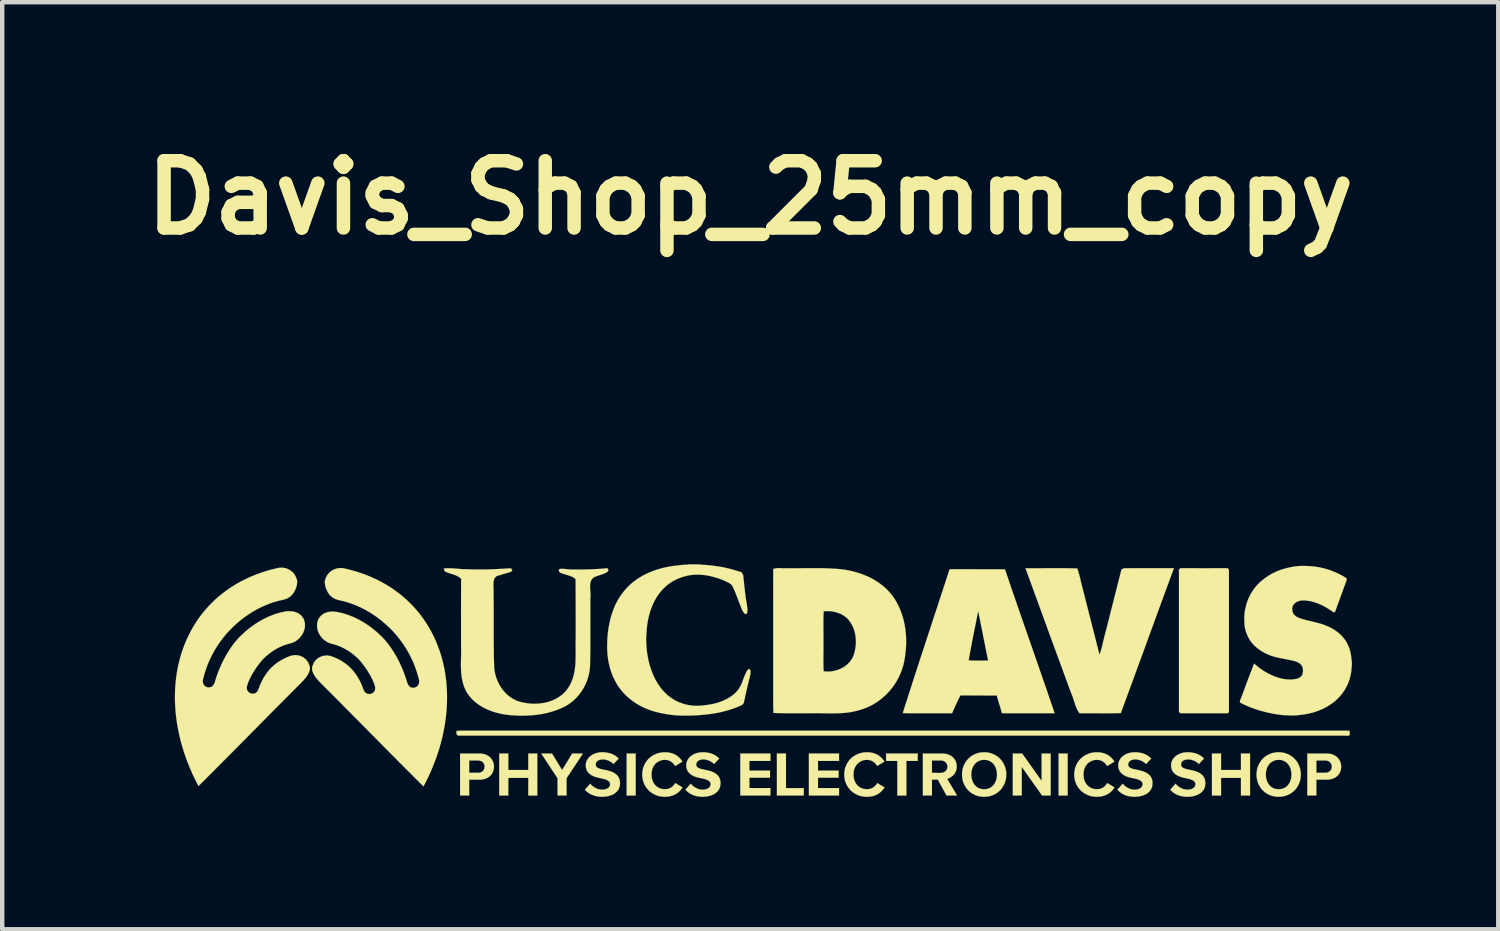
<source format=kicad_pcb>
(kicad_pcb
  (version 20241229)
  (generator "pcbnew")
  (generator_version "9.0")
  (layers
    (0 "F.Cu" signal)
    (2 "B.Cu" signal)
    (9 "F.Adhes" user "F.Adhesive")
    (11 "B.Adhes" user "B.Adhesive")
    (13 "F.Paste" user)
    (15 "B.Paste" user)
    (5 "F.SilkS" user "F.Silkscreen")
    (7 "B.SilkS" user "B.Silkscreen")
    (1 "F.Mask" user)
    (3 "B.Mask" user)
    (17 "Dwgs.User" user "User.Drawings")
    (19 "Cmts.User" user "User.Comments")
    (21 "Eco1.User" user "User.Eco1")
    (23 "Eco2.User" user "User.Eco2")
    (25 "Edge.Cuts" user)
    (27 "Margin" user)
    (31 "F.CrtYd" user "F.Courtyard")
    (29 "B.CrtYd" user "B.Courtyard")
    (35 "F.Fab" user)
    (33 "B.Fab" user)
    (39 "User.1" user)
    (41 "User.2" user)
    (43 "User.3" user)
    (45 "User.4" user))
  (footprint "Davis_Shop_25mm_copy"
    (layer "F.Cu")
    (at 13.948 12.371)
    (property "Reference" "Davis_Shop_25mm_copy" (at 0 -10.945 0) (layer "F.SilkS") (effects (font (size 1.524 1.524) (thickness 0.305))))
    (attr through_hole)
    (fp_poly (pts (xy -2.595 2.604) (xy -2.595 1.651) (xy -2.801 1.651) (xy -2.801 2.604) (xy -2.595 2.604)) (stroke (width 0.003) (type solid)) (fill yes) (layer "F.SilkS"))
    (fp_poly (pts (xy 7.192 2.604) (xy 7.192 1.651) (xy 6.986 1.651) (xy 6.986 2.604) (xy 7.192 2.604)) (stroke (width 0.003) (type solid)) (fill yes) (layer "F.SilkS"))
    (fp_poly (pts (xy 1.213 2.604) (xy 1.213 2.435) (xy 0.81 2.435) (xy 0.81 1.651) (xy 0.604 1.651) (xy 0.604 2.604) (xy 1.213 2.604)) (stroke (width 0.003) (type solid)) (fill yes) (layer "F.SilkS"))
    (fp_poly (pts (xy 13.632 -0.323) (xy 13.627 -0.323) (xy 13.627 -0.383) (xy 13.627 -0.443) (xy 13.632 -0.443) (xy 13.632 -0.383) (xy 13.632 -0.323) (xy 13.632 -0.323)) (stroke (width 0.003) (type solid)) (fill yes) (layer "F.SilkS"))
    (fp_poly (pts (xy 3.794 1.819) (xy 3.794 1.651) (xy 3.078 1.651) (xy 3.078 1.819) (xy 3.332 1.819) (xy 3.332 2.604) (xy 3.538 2.604) (xy 3.538 1.819) (xy 3.794 1.819)) (stroke (width 0.003) (type solid)) (fill yes) (layer "F.SilkS"))
    (fp_poly (pts (xy -3.79 1.651) (xy -4.033 1.651) (xy -4.263 2.025) (xy -4.491 1.651) (xy -4.736 1.651) (xy -4.366 2.211) (xy -4.366 2.604) (xy -4.161 2.604) (xy -4.161 2.211) (xy -3.79 1.651)) (stroke (width 0.003) (type solid)) (fill yes) (layer "F.SilkS"))
    (fp_poly (pts (xy 6.807 2.604) (xy 6.807 1.651) (xy 6.601 1.651) (xy 6.601 2.271) (xy 6.161 1.651) (xy 5.948 1.651) (xy 5.948 2.604) (xy 6.152 2.604) (xy 6.152 1.955) (xy 6.613 2.604) (xy 6.807 2.604)) (stroke (width 0.003) (type solid)) (fill yes) (layer "F.SilkS"))
    (fp_poly (pts (xy -1.131 -2.632) (xy -1.13 -2.627) (xy -1.202 -2.627) (xy -1.274 -2.627) (xy -1.346 -2.627) (xy -1.417 -2.627) (xy -1.417 -2.632) (xy -1.345 -2.632) (xy -1.274 -2.632) (xy -1.202 -2.632) (xy -1.131 -2.632) (xy -1.131 -2.632)) (stroke (width 0.003) (type solid)) (fill yes) (layer "F.SilkS"))
    (fp_poly (pts (xy -4.824 2.604) (xy -4.824 1.651) (xy -5.029 1.651) (xy -5.029 2.024) (xy -5.481 2.024) (xy -5.481 1.651) (xy -5.687 1.651) (xy -5.687 2.604) (xy -5.481 2.604) (xy -5.481 2.204) (xy -5.029 2.204) (xy -5.029 2.604) (xy -4.824 2.604)) (stroke (width 0.003) (type solid)) (fill yes) (layer "F.SilkS"))
    (fp_poly (pts (xy 0.458 2.604) (xy 0.458 2.434) (xy -0.019 2.434) (xy -0.019 2.199) (xy 0.448 2.199) (xy 0.448 2.038) (xy -0.019 2.038) (xy -0.019 1.819) (xy 0.458 1.819) (xy 0.458 1.651) (xy -0.225 1.651) (xy -0.225 2.604) (xy 0.458 2.604)) (stroke (width 0.003) (type solid)) (fill yes) (layer "F.SilkS"))
    (fp_poly (pts (xy 2.012 2.604) (xy 2.012 2.434) (xy 1.535 2.434) (xy 1.535 2.199) (xy 2.002 2.199) (xy 2.002 2.038) (xy 1.535 2.038) (xy 1.535 1.819) (xy 2.012 1.819) (xy 2.012 1.651) (xy 1.329 1.651) (xy 1.329 2.604) (xy 2.012 2.604)) (stroke (width 0.003) (type solid)) (fill yes) (layer "F.SilkS"))
    (fp_poly (pts (xy 11.324 2.604) (xy 11.324 1.651) (xy 11.118 1.651) (xy 11.118 2.024) (xy 10.667 2.024) (xy 10.667 1.651) (xy 10.461 1.651) (xy 10.461 2.604) (xy 10.667 2.604) (xy 10.667 2.204) (xy 11.118 2.204) (xy 11.118 2.604) (xy 11.324 2.604)) (stroke (width 0.003) (type solid)) (fill yes) (layer "F.SilkS"))
    (fp_poly (pts (xy -5.805 1.948) (xy -6.017 1.948) (xy -6.028 2.004) (xy -6.058 2.048) (xy -6.1 2.076) (xy -6.145 2.086) (xy -6.368 2.086) (xy -6.368 1.811) (xy -6.145 1.811) (xy -6.1 1.821) (xy -6.058 1.849) (xy -6.028 1.894) (xy -6.017 1.948) (xy -5.805 1.948) (xy -5.811 1.887) (xy -5.83 1.831) (xy -5.858 1.78) (xy -5.895 1.736) (xy -5.943 1.701) (xy -5.998 1.673) (xy -6.06 1.656) (xy -6.127 1.651) (xy -6.574 1.651) (xy -6.574 2.604) (xy -6.368 2.604) (xy -6.368 2.244) (xy -6.127 2.244) (xy -6.056 2.238) (xy -5.994 2.221) (xy -5.939 2.194) (xy -5.893 2.159) (xy -5.855 2.116) (xy -5.828 2.065) (xy -5.811 2.009) (xy -5.805 1.948)) (stroke (width 0.003) (type solid)) (fill yes) (layer "F.SilkS"))
    (fp_poly (pts (xy 13.39 1.948) (xy 13.178 1.948) (xy 13.167 2.004) (xy 13.137 2.048) (xy 13.095 2.076) (xy 13.05 2.086) (xy 12.827 2.086) (xy 12.827 1.811) (xy 13.05 1.811) (xy 13.095 1.821) (xy 13.137 1.849) (xy 13.167 1.894) (xy 13.178 1.948) (xy 13.39 1.948) (xy 13.384 1.887) (xy 13.365 1.831) (xy 13.338 1.78) (xy 13.3 1.736) (xy 13.253 1.701) (xy 13.197 1.673) (xy 13.135 1.656) (xy 13.068 1.651) (xy 12.621 1.651) (xy 12.621 2.604) (xy 12.827 2.604) (xy 12.827 2.244) (xy 13.068 2.244) (xy 13.139 2.238) (xy 13.201 2.221) (xy 13.256 2.194) (xy 13.303 2.159) (xy 13.34 2.116) (xy 13.367 2.065) (xy 13.384 2.009) (xy 13.39 1.948)) (stroke (width 0.003) (type solid)) (fill yes) (layer "F.SilkS"))
    (fp_poly (pts (xy 4.687 2.604) (xy 4.341 2.086) (xy 4.301 2.092) (xy 4.225 2.091) (xy 4.15 2.088) (xy 4.117 2.086) (xy 4.117 1.811) (xy 4.341 1.811) (xy 4.388 1.822) (xy 4.43 1.851) (xy 4.458 1.895) (xy 4.47 1.948) (xy 4.458 2.004) (xy 4.43 2.048) (xy 4.388 2.076) (xy 4.341 2.086) (xy 4.687 2.604) (xy 4.462 2.225) (xy 4.517 2.204) (xy 4.588 2.155) (xy 4.623 2.118) (xy 4.652 2.071) (xy 4.673 2.013) (xy 4.68 1.942) (xy 4.674 1.882) (xy 4.655 1.826) (xy 4.627 1.776) (xy 4.59 1.734) (xy 4.542 1.699) (xy 4.487 1.673) (xy 4.425 1.656) (xy 4.358 1.651) (xy 3.911 1.651) (xy 3.911 2.604) (xy 4.117 2.604) (xy 4.117 2.244) (xy 4.251 2.244) (xy 4.447 2.604) (xy 4.687 2.604)) (stroke (width 0.003) (type solid)) (fill yes) (layer "F.SilkS"))
    (fp_poly (pts (xy -1.534 2.419) (xy -1.698 2.321) (xy -1.741 2.379) (xy -1.796 2.424) (xy -1.86 2.452) (xy -1.933 2.461) (xy -1.994 2.455) (xy -2.051 2.438) (xy -2.104 2.41) (xy -2.149 2.372) (xy -2.186 2.324) (xy -2.214 2.266) (xy -2.231 2.201) (xy -2.237 2.128) (xy -2.231 2.055) (xy -2.214 1.989) (xy -2.186 1.931) (xy -2.149 1.884) (xy -2.104 1.846) (xy -2.051 1.818) (xy -1.994 1.8) (xy -1.933 1.794) (xy -1.86 1.803) (xy -1.797 1.832) (xy -1.743 1.876) (xy -1.7 1.934) (xy -1.536 1.834) (xy -1.565 1.792) (xy -1.6 1.752) (xy -1.64 1.716) (xy -1.686 1.685) (xy -1.737 1.659) (xy -1.796 1.639) (xy -1.861 1.626) (xy -1.933 1.622) (xy -2.004 1.626) (xy -2.071 1.639) (xy -2.136 1.661) (xy -2.195 1.689) (xy -2.249 1.723) (xy -2.299 1.765) (xy -2.341 1.813) (xy -2.377 1.866) (xy -2.407 1.925) (xy -2.429 1.989) (xy -2.443 2.056) (xy -2.447 2.128) (xy -2.443 2.199) (xy -2.429 2.267) (xy -2.407 2.331) (xy -2.377 2.389) (xy -2.341 2.442) (xy -2.299 2.489) (xy -2.249 2.531) (xy -2.195 2.566) (xy -2.136 2.595) (xy -2.071 2.616) (xy -2.004 2.628) (xy -1.933 2.632) (xy -1.861 2.628) (xy -1.796 2.615) (xy -1.736 2.595) (xy -1.684 2.569) (xy -1.638 2.538) (xy -1.598 2.502) (xy -1.564 2.462) (xy -1.534 2.419)) (stroke (width 0.003) (type solid)) (fill yes) (layer "F.SilkS"))
    (fp_poly (pts (xy 3.043 2.419) (xy 2.878 2.321) (xy 2.836 2.379) (xy 2.781 2.424) (xy 2.717 2.452) (xy 2.644 2.461) (xy 2.583 2.455) (xy 2.525 2.438) (xy 2.473 2.41) (xy 2.428 2.372) (xy 2.391 2.324) (xy 2.363 2.266) (xy 2.345 2.201) (xy 2.34 2.128) (xy 2.345 2.055) (xy 2.363 1.989) (xy 2.391 1.931) (xy 2.428 1.884) (xy 2.473 1.846) (xy 2.525 1.818) (xy 2.583 1.8) (xy 2.644 1.794) (xy 2.717 1.803) (xy 2.78 1.832) (xy 2.834 1.876) (xy 2.877 1.934) (xy 3.041 1.834) (xy 3.012 1.792) (xy 2.977 1.752) (xy 2.937 1.716) (xy 2.891 1.685) (xy 2.839 1.659) (xy 2.781 1.639) (xy 2.716 1.626) (xy 2.644 1.622) (xy 2.573 1.626) (xy 2.506 1.639) (xy 2.441 1.661) (xy 2.382 1.689) (xy 2.328 1.723) (xy 2.278 1.765) (xy 2.236 1.813) (xy 2.2 1.866) (xy 2.17 1.925) (xy 2.147 1.989) (xy 2.134 2.056) (xy 2.13 2.128) (xy 2.134 2.199) (xy 2.147 2.267) (xy 2.17 2.331) (xy 2.2 2.389) (xy 2.236 2.442) (xy 2.278 2.489) (xy 2.328 2.531) (xy 2.382 2.566) (xy 2.441 2.595) (xy 2.506 2.616) (xy 2.573 2.628) (xy 2.644 2.632) (xy 2.716 2.628) (xy 2.781 2.615) (xy 2.841 2.595) (xy 2.893 2.569) (xy 2.938 2.538) (xy 2.978 2.502) (xy 3.013 2.462) (xy 3.043 2.419)) (stroke (width 0.003) (type solid)) (fill yes) (layer "F.SilkS"))
    (fp_poly (pts (xy 8.253 2.419) (xy 8.089 2.321) (xy 8.046 2.379) (xy 7.992 2.424) (xy 7.927 2.452) (xy 7.854 2.461) (xy 7.793 2.455) (xy 7.736 2.438) (xy 7.684 2.41) (xy 7.639 2.372) (xy 7.602 2.324) (xy 7.573 2.266) (xy 7.556 2.201) (xy 7.55 2.128) (xy 7.556 2.055) (xy 7.573 1.989) (xy 7.602 1.931) (xy 7.639 1.884) (xy 7.684 1.846) (xy 7.736 1.818) (xy 7.793 1.8) (xy 7.854 1.794) (xy 7.927 1.803) (xy 7.99 1.832) (xy 8.045 1.876) (xy 8.087 1.934) (xy 8.252 1.834) (xy 8.222 1.792) (xy 8.187 1.752) (xy 8.147 1.716) (xy 8.102 1.685) (xy 8.05 1.659) (xy 7.992 1.639) (xy 7.927 1.626) (xy 7.854 1.622) (xy 7.784 1.626) (xy 7.716 1.639) (xy 7.652 1.661) (xy 7.592 1.689) (xy 7.538 1.723) (xy 7.489 1.765) (xy 7.446 1.813) (xy 7.41 1.866) (xy 7.38 1.925) (xy 7.358 1.989) (xy 7.345 2.056) (xy 7.34 2.128) (xy 7.345 2.199) (xy 7.358 2.267) (xy 7.38 2.331) (xy 7.41 2.389) (xy 7.446 2.442) (xy 7.489 2.489) (xy 7.538 2.531) (xy 7.592 2.566) (xy 7.652 2.595) (xy 7.716 2.616) (xy 7.784 2.628) (xy 7.854 2.632) (xy 7.927 2.628) (xy 7.992 2.615) (xy 8.051 2.595) (xy 8.103 2.569) (xy 8.149 2.538) (xy 8.189 2.502) (xy 8.224 2.462) (xy 8.253 2.419)) (stroke (width 0.003) (type solid)) (fill yes) (layer "F.SilkS"))
    (fp_poly (pts (xy -2.949 2.325) (xy -2.956 2.258) (xy -2.975 2.201) (xy -3.007 2.153) (xy -3.049 2.114) (xy -3.102 2.08) (xy -3.164 2.055) (xy -3.235 2.034) (xy -3.314 2.018) (xy -3.399 1.999) (xy -3.458 1.975) (xy -3.491 1.944) (xy -3.502 1.902) (xy -3.49 1.849) (xy -3.452 1.812) (xy -3.401 1.791) (xy -3.34 1.784) (xy -3.271 1.792) (xy -3.204 1.815) (xy -3.144 1.849) (xy -3.098 1.889) (xy -2.979 1.765) (xy -3.038 1.713) (xy -3.118 1.668) (xy -3.167 1.649) (xy -3.224 1.635) (xy -3.286 1.625) (xy -3.357 1.622) (xy -3.435 1.628) (xy -3.507 1.646) (xy -3.571 1.675) (xy -3.625 1.711) (xy -3.669 1.754) (xy -3.701 1.805) (xy -3.721 1.859) (xy -3.728 1.915) (xy -3.724 1.964) (xy -3.712 2.012) (xy -3.691 2.056) (xy -3.658 2.096) (xy -3.613 2.133) (xy -3.555 2.165) (xy -3.481 2.191) (xy -3.391 2.211) (xy -3.294 2.233) (xy -3.227 2.262) (xy -3.187 2.3) (xy -3.174 2.346) (xy -3.189 2.402) (xy -3.229 2.441) (xy -3.291 2.464) (xy -3.364 2.471) (xy -3.452 2.457) (xy -3.53 2.419) (xy -3.59 2.375) (xy -3.625 2.334) (xy -3.747 2.472) (xy -3.688 2.527) (xy -3.65 2.554) (xy -3.605 2.579) (xy -3.553 2.6) (xy -3.495 2.617) (xy -3.43 2.628) (xy -3.357 2.632) (xy -3.276 2.627) (xy -3.201 2.612) (xy -3.131 2.589) (xy -3.071 2.557) (xy -3.021 2.513) (xy -2.982 2.461) (xy -2.958 2.398) (xy -2.949 2.325)) (stroke (width 0.003) (type solid)) (fill yes) (layer "F.SilkS"))
    (fp_poly (pts (xy -0.672 2.325) (xy -0.679 2.258) (xy -0.698 2.201) (xy -0.729 2.153) (xy -0.772 2.114) (xy -0.824 2.08) (xy -0.886 2.055) (xy -0.958 2.034) (xy -1.037 2.018) (xy -1.122 1.999) (xy -1.181 1.975) (xy -1.214 1.944) (xy -1.225 1.902) (xy -1.212 1.849) (xy -1.175 1.812) (xy -1.124 1.791) (xy -1.062 1.784) (xy -0.994 1.792) (xy -0.926 1.815) (xy -0.866 1.849) (xy -0.821 1.889) (xy -0.702 1.765) (xy -0.761 1.713) (xy -0.841 1.668) (xy -0.89 1.649) (xy -0.946 1.635) (xy -1.009 1.625) (xy -1.079 1.622) (xy -1.158 1.628) (xy -1.229 1.646) (xy -1.293 1.675) (xy -1.348 1.711) (xy -1.391 1.754) (xy -1.424 1.805) (xy -1.444 1.859) (xy -1.451 1.915) (xy -1.447 1.964) (xy -1.435 2.012) (xy -1.414 2.056) (xy -1.381 2.096) (xy -1.336 2.133) (xy -1.278 2.165) (xy -1.204 2.191) (xy -1.114 2.211) (xy -1.017 2.233) (xy -0.949 2.262) (xy -0.91 2.3) (xy -0.896 2.346) (xy -0.912 2.402) (xy -0.952 2.441) (xy -1.014 2.464) (xy -1.087 2.471) (xy -1.175 2.457) (xy -1.252 2.419) (xy -1.312 2.375) (xy -1.348 2.334) (xy -1.469 2.472) (xy -1.411 2.527) (xy -1.372 2.554) (xy -1.328 2.579) (xy -1.276 2.6) (xy -1.218 2.617) (xy -1.153 2.628) (xy -1.079 2.632) (xy -0.999 2.627) (xy -0.924 2.612) (xy -0.854 2.589) (xy -0.794 2.557) (xy -0.744 2.513) (xy -0.705 2.461) (xy -0.68 2.398) (xy -0.672 2.325)) (stroke (width 0.003) (type solid)) (fill yes) (layer "F.SilkS"))
    (fp_poly (pts (xy 9.115 2.325) (xy 9.109 2.258) (xy 9.089 2.201) (xy 9.058 2.153) (xy 9.015 2.114) (xy 8.963 2.08) (xy 8.901 2.055) (xy 8.83 2.034) (xy 8.751 2.018) (xy 8.665 1.999) (xy 8.606 1.975) (xy 8.573 1.944) (xy 8.562 1.902) (xy 8.575 1.849) (xy 8.612 1.812) (xy 8.664 1.791) (xy 8.725 1.784) (xy 8.794 1.792) (xy 8.861 1.815) (xy 8.921 1.849) (xy 8.967 1.889) (xy 9.085 1.765) (xy 9.027 1.713) (xy 8.947 1.668) (xy 8.897 1.649) (xy 8.841 1.635) (xy 8.778 1.625) (xy 8.708 1.622) (xy 8.63 1.628) (xy 8.558 1.646) (xy 8.494 1.675) (xy 8.439 1.711) (xy 8.396 1.754) (xy 8.364 1.805) (xy 8.343 1.859) (xy 8.336 1.915) (xy 8.34 1.964) (xy 8.352 2.012) (xy 8.374 2.056) (xy 8.406 2.096) (xy 8.451 2.133) (xy 8.509 2.165) (xy 8.583 2.191) (xy 8.674 2.211) (xy 8.77 2.233) (xy 8.838 2.262) (xy 8.878 2.3) (xy 8.891 2.346) (xy 8.875 2.402) (xy 8.835 2.441) (xy 8.774 2.464) (xy 8.701 2.471) (xy 8.612 2.457) (xy 8.535 2.419) (xy 8.475 2.375) (xy 8.439 2.334) (xy 8.318 2.472) (xy 8.376 2.527) (xy 8.415 2.554) (xy 8.459 2.579) (xy 8.511 2.6) (xy 8.569 2.617) (xy 8.635 2.628) (xy 8.708 2.632) (xy 8.788 2.627) (xy 8.864 2.612) (xy 8.933 2.589) (xy 8.994 2.557) (xy 9.044 2.513) (xy 9.082 2.461) (xy 9.107 2.398) (xy 9.115 2.325)) (stroke (width 0.003) (type solid)) (fill yes) (layer "F.SilkS"))
    (fp_poly (pts (xy 10.312 2.325) (xy 10.306 2.258) (xy 10.287 2.201) (xy 10.255 2.153) (xy 10.212 2.114) (xy 10.16 2.08) (xy 10.098 2.055) (xy 10.027 2.034) (xy 9.948 2.018) (xy 9.863 1.999) (xy 9.804 1.975) (xy 9.77 1.944) (xy 9.759 1.902) (xy 9.772 1.849) (xy 9.809 1.812) (xy 9.861 1.791) (xy 9.922 1.784) (xy 9.991 1.792) (xy 10.058 1.815) (xy 10.118 1.849) (xy 10.164 1.889) (xy 10.282 1.765) (xy 10.224 1.713) (xy 10.144 1.668) (xy 10.094 1.649) (xy 10.038 1.635) (xy 9.976 1.625) (xy 9.905 1.622) (xy 9.827 1.628) (xy 9.755 1.646) (xy 9.691 1.675) (xy 9.637 1.711) (xy 9.593 1.754) (xy 9.561 1.805) (xy 9.54 1.859) (xy 9.534 1.915) (xy 9.538 1.964) (xy 9.549 2.012) (xy 9.571 2.056) (xy 9.604 2.096) (xy 9.649 2.133) (xy 9.707 2.165) (xy 9.78 2.191) (xy 9.871 2.211) (xy 9.968 2.233) (xy 10.035 2.262) (xy 10.075 2.3) (xy 10.088 2.346) (xy 10.072 2.402) (xy 10.032 2.441) (xy 9.971 2.464) (xy 9.898 2.471) (xy 9.809 2.457) (xy 9.732 2.419) (xy 9.672 2.375) (xy 9.637 2.334) (xy 9.515 2.472) (xy 9.574 2.527) (xy 9.612 2.554) (xy 9.657 2.579) (xy 9.708 2.6) (xy 9.767 2.617) (xy 9.832 2.628) (xy 9.905 2.632) (xy 9.986 2.627) (xy 10.061 2.612) (xy 10.131 2.589) (xy 10.191 2.557) (xy 10.241 2.513) (xy 10.28 2.461) (xy 10.304 2.398) (xy 10.312 2.325)) (stroke (width 0.003) (type solid)) (fill yes) (layer "F.SilkS"))
    (fp_poly (pts (xy 5.802 2.128) (xy 5.591 2.128) (xy 5.586 2.195) (xy 5.571 2.258) (xy 5.546 2.314) (xy 5.514 2.364) (xy 5.472 2.404) (xy 5.422 2.435) (xy 5.364 2.454) (xy 5.299 2.461) (xy 5.234 2.454) (xy 5.176 2.435) (xy 5.126 2.404) (xy 5.085 2.364) (xy 5.052 2.314) (xy 5.028 2.258) (xy 5.013 2.195) (xy 5.008 2.128) (xy 5.013 2.061) (xy 5.028 1.998) (xy 5.052 1.941) (xy 5.085 1.892) (xy 5.126 1.851) (xy 5.176 1.821) (xy 5.234 1.8) (xy 5.299 1.794) (xy 5.364 1.8) (xy 5.422 1.821) (xy 5.472 1.851) (xy 5.514 1.892) (xy 5.546 1.941) (xy 5.571 1.998) (xy 5.586 2.061) (xy 5.591 2.128) (xy 5.802 2.128) (xy 5.798 2.058) (xy 5.785 1.992) (xy 5.764 1.929) (xy 5.735 1.87) (xy 5.7 1.816) (xy 5.658 1.768) (xy 5.61 1.725) (xy 5.557 1.69) (xy 5.498 1.661) (xy 5.435 1.639) (xy 5.369 1.626) (xy 5.299 1.622) (xy 5.229 1.626) (xy 5.163 1.639) (xy 5.099 1.661) (xy 5.041 1.69) (xy 4.988 1.725) (xy 4.941 1.768) (xy 4.899 1.816) (xy 4.864 1.87) (xy 4.835 1.929) (xy 4.814 1.992) (xy 4.802 2.058) (xy 4.798 2.128) (xy 4.802 2.198) (xy 4.814 2.264) (xy 4.835 2.328) (xy 4.864 2.386) (xy 4.899 2.44) (xy 4.941 2.488) (xy 4.988 2.53) (xy 5.041 2.565) (xy 5.099 2.594) (xy 5.163 2.615) (xy 5.229 2.628) (xy 5.299 2.632) (xy 5.369 2.628) (xy 5.435 2.615) (xy 5.498 2.594) (xy 5.557 2.565) (xy 5.61 2.53) (xy 5.658 2.488) (xy 5.7 2.44) (xy 5.735 2.386) (xy 5.764 2.328) (xy 5.785 2.264) (xy 5.798 2.198) (xy 5.802 2.128)) (stroke (width 0.003) (type solid)) (fill yes) (layer "F.SilkS"))
    (fp_poly (pts (xy 12.475 2.128) (xy 12.263 2.128) (xy 12.258 2.195) (xy 12.243 2.258) (xy 12.219 2.314) (xy 12.186 2.364) (xy 12.145 2.404) (xy 12.095 2.435) (xy 12.037 2.454) (xy 11.972 2.461) (xy 11.907 2.454) (xy 11.849 2.435) (xy 11.799 2.404) (xy 11.758 2.364) (xy 11.725 2.314) (xy 11.701 2.258) (xy 11.686 2.195) (xy 11.681 2.128) (xy 11.686 2.061) (xy 11.701 1.998) (xy 11.725 1.941) (xy 11.758 1.892) (xy 11.799 1.851) (xy 11.849 1.821) (xy 11.907 1.8) (xy 11.972 1.794) (xy 12.037 1.8) (xy 12.095 1.821) (xy 12.145 1.851) (xy 12.186 1.892) (xy 12.219 1.941) (xy 12.243 1.998) (xy 12.258 2.061) (xy 12.263 2.128) (xy 12.475 2.128) (xy 12.471 2.058) (xy 12.458 1.992) (xy 12.436 1.929) (xy 12.408 1.87) (xy 12.373 1.816) (xy 12.331 1.768) (xy 12.283 1.725) (xy 12.23 1.69) (xy 12.171 1.661) (xy 12.108 1.639) (xy 12.042 1.626) (xy 11.972 1.622) (xy 11.902 1.626) (xy 11.835 1.639) (xy 11.772 1.661) (xy 11.714 1.69) (xy 11.661 1.725) (xy 11.613 1.768) (xy 11.572 1.816) (xy 11.537 1.87) (xy 11.508 1.929) (xy 11.487 1.992) (xy 11.475 2.058) (xy 11.47 2.128) (xy 11.475 2.198) (xy 11.487 2.264) (xy 11.508 2.328) (xy 11.537 2.386) (xy 11.572 2.44) (xy 11.613 2.488) (xy 11.661 2.53) (xy 11.714 2.565) (xy 11.772 2.594) (xy 11.835 2.615) (xy 11.902 2.628) (xy 11.972 2.632) (xy 12.042 2.628) (xy 12.108 2.615) (xy 12.171 2.594) (xy 12.23 2.565) (xy 12.283 2.53) (xy 12.331 2.488) (xy 12.373 2.44) (xy 12.408 2.386) (xy 12.436 2.328) (xy 12.458 2.264) (xy 12.471 2.198) (xy 12.475 2.128)) (stroke (width 0.003) (type solid)) (fill yes) (layer "F.SilkS"))
    (fp_poly (pts (xy 9.714 -0.906) (xy 9.714 -0.996) (xy 9.714 -1.085) (xy 9.714 -1.174) (xy 9.714 -1.264) (xy 9.714 -1.353) (xy 9.714 -1.442) (xy 9.714 -1.532) (xy 9.714 -1.621) (xy 9.714 -1.711) (xy 9.714 -1.8) (xy 9.714 -1.889) (xy 9.714 -1.979) (xy 9.714 -2.068) (xy 9.714 -2.158) (xy 9.714 -2.247) (xy 9.714 -2.336) (xy 9.714 -2.426) (xy 9.713 -2.515) (xy 9.746 -2.547) (xy 9.835 -2.547) (xy 9.924 -2.547) (xy 10.013 -2.547) (xy 10.102 -2.547) (xy 10.192 -2.546) (xy 10.281 -2.546) (xy 10.37 -2.546) (xy 10.459 -2.547) (xy 10.548 -2.547) (xy 10.637 -2.547) (xy 10.726 -2.547) (xy 10.815 -2.547) (xy 10.846 -2.516) (xy 10.846 -2.424) (xy 10.846 -2.332) (xy 10.846 -2.24) (xy 10.846 -2.148) (xy 10.846 -2.056) (xy 10.846 -1.963) (xy 10.846 -1.871) (xy 10.846 -1.779) (xy 10.846 -1.687) (xy 10.846 -1.595) (xy 10.846 -1.502) (xy 10.846 -1.41) (xy 10.846 -1.318) (xy 10.846 -1.226) (xy 10.846 -1.134) (xy 10.846 -1.042) (xy 10.846 -0.949) (xy 10.846 -0.857) (xy 10.846 -0.765) (xy 10.846 -0.673) (xy 10.846 -0.581) (xy 10.846 -0.488) (xy 10.846 -0.396) (xy 10.846 -0.304) (xy 10.846 -0.212) (xy 10.846 -0.12) (xy 10.846 -0.028) (xy 10.846 0.065) (xy 10.846 0.157) (xy 10.846 0.249) (xy 10.846 0.341) (xy 10.846 0.433) (xy 10.846 0.526) (xy 10.846 0.618) (xy 10.846 0.71) (xy 10.815 0.74) (xy 10.726 0.74) (xy 10.637 0.74) (xy 10.548 0.74) (xy 10.459 0.74) (xy 10.37 0.74) (xy 10.281 0.74) (xy 10.192 0.74) (xy 10.102 0.74) (xy 10.013 0.74) (xy 9.924 0.74) (xy 9.835 0.74) (xy 9.746 0.74) (xy 9.713 0.708) (xy 9.714 0.619) (xy 9.714 0.529) (xy 9.714 0.439) (xy 9.714 0.35) (xy 9.714 0.26) (xy 9.714 0.17) (xy 9.714 0.08) (xy 9.714 -0.009) (xy 9.714 -0.099) (xy 9.714 -0.189) (xy 9.714 -0.278) (xy 9.714 -0.368) (xy 9.714 -0.458) (xy 9.714 -0.547) (xy 9.714 -0.637) (xy 9.714 -0.727) (xy 9.714 -0.816) (xy 9.714 -0.906)) (stroke (width 0.003) (type solid)) (fill yes) (layer "F.SilkS"))
    (fp_poly (pts (xy 6.236 -2.547) (xy 6.326 -2.546) (xy 6.417 -2.546) (xy 6.507 -2.546) (xy 6.597 -2.546) (xy 6.688 -2.547) (xy 6.778 -2.547) (xy 6.868 -2.547) (xy 6.959 -2.547) (xy 7.049 -2.547) (xy 7.139 -2.547) (xy 7.229 -2.546) (xy 7.319 -2.544) (xy 7.409 -2.542) (xy 7.434 -2.466) (xy 7.457 -2.388) (xy 7.477 -2.309) (xy 7.496 -2.229) (xy 7.515 -2.15) (xy 7.535 -2.07) (xy 7.556 -1.992) (xy 7.578 -1.904) (xy 7.6 -1.816) (xy 7.622 -1.729) (xy 7.645 -1.641) (xy 7.667 -1.554) (xy 7.689 -1.466) (xy 7.712 -1.379) (xy 7.734 -1.291) (xy 7.756 -1.204) (xy 7.779 -1.116) (xy 7.801 -1.029) (xy 7.823 -0.941) (xy 7.845 -0.854) (xy 7.867 -0.766) (xy 7.89 -0.678) (xy 7.912 -0.591) (xy 7.937 -0.657) (xy 7.96 -0.732) (xy 7.98 -0.813) (xy 7.999 -0.896) (xy 8.019 -0.979) (xy 8.04 -1.057) (xy 8.062 -1.143) (xy 8.084 -1.229) (xy 8.106 -1.315) (xy 8.128 -1.402) (xy 8.15 -1.488) (xy 8.171 -1.574) (xy 8.193 -1.66) (xy 8.215 -1.747) (xy 8.237 -1.833) (xy 8.259 -1.919) (xy 8.28 -2.005) (xy 8.302 -2.091) (xy 8.324 -2.178) (xy 8.346 -2.264) (xy 8.368 -2.35) (xy 8.39 -2.436) (xy 8.412 -2.522) (xy 8.477 -2.547) (xy 8.553 -2.546) (xy 8.628 -2.547) (xy 8.716 -2.547) (xy 8.804 -2.547) (xy 8.892 -2.547) (xy 8.981 -2.547) (xy 9.069 -2.547) (xy 9.157 -2.547) (xy 9.245 -2.547) (xy 9.334 -2.547) (xy 9.422 -2.547) (xy 9.51 -2.547) (xy 9.598 -2.547) (xy 9.567 -2.46) (xy 9.535 -2.374) (xy 9.503 -2.288) (xy 9.472 -2.201) (xy 9.44 -2.115) (xy 9.408 -2.029) (xy 9.377 -1.942) (xy 9.345 -1.856) (xy 9.313 -1.77) (xy 9.282 -1.683) (xy 9.25 -1.597) (xy 9.219 -1.511) (xy 9.187 -1.424) (xy 9.155 -1.338) (xy 9.124 -1.251) (xy 9.092 -1.165) (xy 9.061 -1.079) (xy 9.029 -0.992) (xy 8.998 -0.906) (xy 8.966 -0.82) (xy 8.935 -0.733) (xy 8.903 -0.647) (xy 8.871 -0.56) (xy 8.84 -0.474) (xy 8.808 -0.388) (xy 8.777 -0.301) (xy 8.745 -0.215) (xy 8.713 -0.129) (xy 8.682 -0.042) (xy 8.65 0.044) (xy 8.619 0.13) (xy 8.587 0.217) (xy 8.555 0.303) (xy 8.523 0.389) (xy 8.492 0.475) (xy 8.46 0.562) (xy 8.428 0.648) (xy 8.396 0.734) (xy 8.303 0.738) (xy 8.21 0.74) (xy 8.116 0.741) (xy 8.022 0.741) (xy 7.928 0.74) (xy 7.834 0.74) (xy 7.74 0.739) (xy 7.647 0.739) (xy 7.553 0.739) (xy 7.459 0.74) (xy 7.416 0.673) (xy 7.382 0.598) (xy 7.354 0.517) (xy 7.327 0.434) (xy 7.3 0.352) (xy 7.268 0.274) (xy 7.235 0.186) (xy 7.203 0.098) (xy 7.171 0.01) (xy 7.138 -0.078) (xy 7.106 -0.166) (xy 7.074 -0.254) (xy 7.041 -0.343) (xy 7.009 -0.431) (xy 6.977 -0.519) (xy 6.944 -0.607) (xy 6.912 -0.695) (xy 6.88 -0.783) (xy 6.848 -0.871) (xy 6.815 -0.96) (xy 6.783 -1.048) (xy 6.751 -1.136) (xy 6.719 -1.224) (xy 6.687 -1.312) (xy 6.654 -1.4) (xy 6.622 -1.488) (xy 6.59 -1.577) (xy 6.558 -1.665) (xy 6.526 -1.753) (xy 6.494 -1.841) (xy 6.461 -1.929) (xy 6.429 -2.018) (xy 6.397 -2.106) (xy 6.365 -2.194) (xy 6.333 -2.282) (xy 6.301 -2.37) (xy 6.268 -2.458) (xy 6.236 -2.547) (xy 6.236 -2.547)) (stroke (width 0.003) (type solid)) (fill yes) (layer "F.SilkS"))
    (fp_poly (pts (xy 6.897 0.74) (xy 4.949 -0.459) (xy 5.036 -0.455) (xy 5.125 -0.454) (xy 5.213 -0.454) (xy 5.301 -0.455) (xy 5.389 -0.455) (xy 5.372 -0.541) (xy 5.355 -0.628) (xy 5.337 -0.714) (xy 5.32 -0.801) (xy 5.303 -0.887) (xy 5.285 -0.974) (xy 5.268 -1.061) (xy 5.251 -1.147) (xy 5.233 -1.234) (xy 5.216 -1.32) (xy 5.199 -1.407) (xy 5.181 -1.493) (xy 5.164 -1.58) (xy 5.164 -1.58) (xy 5.148 -1.494) (xy 5.131 -1.407) (xy 5.114 -1.321) (xy 5.097 -1.235) (xy 5.079 -1.149) (xy 5.062 -1.062) (xy 5.045 -0.976) (xy 5.028 -0.89) (xy 5.011 -0.803) (xy 4.995 -0.717) (xy 4.979 -0.631) (xy 4.963 -0.545) (xy 4.949 -0.459) (xy 6.897 0.74) (xy 6.805 0.74) (xy 6.713 0.739) (xy 6.621 0.74) (xy 6.529 0.74) (xy 6.437 0.74) (xy 6.346 0.74) (xy 6.254 0.74) (xy 6.162 0.74) (xy 6.07 0.74) (xy 5.978 0.74) (xy 5.886 0.739) (xy 5.795 0.739) (xy 5.703 0.737) (xy 5.675 0.639) (xy 5.651 0.56) (xy 5.629 0.49) (xy 5.608 0.42) (xy 5.585 0.337) (xy 5.503 0.337) (xy 5.413 0.337) (xy 5.317 0.337) (xy 5.217 0.336) (xy 5.116 0.336) (xy 5.018 0.335) (xy 4.924 0.335) (xy 4.838 0.335) (xy 4.762 0.335) (xy 4.731 0.394) (xy 4.694 0.471) (xy 4.653 0.558) (xy 4.612 0.65) (xy 4.572 0.74) (xy 4.484 0.739) (xy 4.394 0.739) (xy 4.301 0.739) (xy 4.206 0.74) (xy 4.11 0.74) (xy 4.014 0.74) (xy 3.918 0.74) (xy 3.822 0.74) (xy 3.728 0.74) (xy 3.635 0.739) (xy 3.544 0.738) (xy 3.456 0.736) (xy 3.484 0.647) (xy 3.512 0.558) (xy 3.541 0.468) (xy 3.57 0.378) (xy 3.598 0.288) (xy 3.628 0.197) (xy 3.657 0.107) (xy 3.686 0.016) (xy 3.715 -0.075) (xy 3.745 -0.166) (xy 3.774 -0.257) (xy 3.804 -0.348) (xy 3.834 -0.439) (xy 3.863 -0.531) (xy 3.893 -0.621) (xy 3.923 -0.712) (xy 3.953 -0.803) (xy 3.982 -0.893) (xy 4.012 -0.984) (xy 4.041 -1.073) (xy 4.071 -1.163) (xy 4.1 -1.252) (xy 4.129 -1.341) (xy 4.158 -1.43) (xy 4.187 -1.518) (xy 4.216 -1.605) (xy 4.245 -1.692) (xy 4.273 -1.779) (xy 4.301 -1.864) (xy 4.329 -1.95) (xy 4.357 -2.034) (xy 4.384 -2.118) (xy 4.412 -2.201) (xy 4.438 -2.283) (xy 4.465 -2.365) (xy 4.491 -2.446) (xy 4.517 -2.525) (xy 4.608 -2.525) (xy 4.703 -2.525) (xy 4.801 -2.525) (xy 4.901 -2.525) (xy 5.001 -2.525) (xy 5.102 -2.524) (xy 5.202 -2.524) (xy 5.299 -2.524) (xy 5.392 -2.523) (xy 5.481 -2.523) (xy 5.565 -2.523) (xy 5.642 -2.523) (xy 5.711 -2.522) (xy 5.771 -2.522) (xy 5.801 -2.435) (xy 5.831 -2.347) (xy 5.861 -2.259) (xy 5.891 -2.171) (xy 5.921 -2.083) (xy 5.951 -1.995) (xy 5.982 -1.907) (xy 6.012 -1.819) (xy 6.043 -1.731) (xy 6.073 -1.642) (xy 6.104 -1.554) (xy 6.134 -1.466) (xy 6.165 -1.377) (xy 6.196 -1.289) (xy 6.226 -1.201) (xy 6.257 -1.112) (xy 6.288 -1.024) (xy 6.319 -0.935) (xy 6.349 -0.847) (xy 6.38 -0.759) (xy 6.411 -0.67) (xy 6.442 -0.582) (xy 6.472 -0.493) (xy 6.503 -0.405) (xy 6.534 -0.317) (xy 6.564 -0.228) (xy 6.595 -0.14) (xy 6.625 -0.052) (xy 6.656 0.036) (xy 6.686 0.124) (xy 6.717 0.212) (xy 6.747 0.301) (xy 6.777 0.389) (xy 6.807 0.476) (xy 6.837 0.564) (xy 6.867 0.652) (xy 6.897 0.74) (xy 6.897 0.74)) (stroke (width 0.003) (type solid)) (fill yes) (layer "F.SilkS"))
    (fp_poly (pts (xy 0.521 -0.906) (xy 1.659 -0.807) (xy 1.659 -0.722) (xy 1.658 -0.636) (xy 1.657 -0.551) (xy 1.657 -0.466) (xy 1.658 -0.381) (xy 1.66 -0.296) (xy 1.663 -0.211) (xy 1.745 -0.205) (xy 1.828 -0.209) (xy 1.911 -0.223) (xy 1.991 -0.247) (xy 2.068 -0.279) (xy 2.14 -0.321) (xy 2.204 -0.372) (xy 2.261 -0.432) (xy 2.308 -0.5) (xy 2.343 -0.577) (xy 2.366 -0.654) (xy 2.382 -0.734) (xy 2.392 -0.815) (xy 2.394 -0.897) (xy 2.389 -0.978) (xy 2.377 -1.059) (xy 2.357 -1.138) (xy 2.329 -1.213) (xy 2.292 -1.285) (xy 2.247 -1.353) (xy 2.194 -1.414) (xy 2.13 -1.465) (xy 2.06 -1.506) (xy 1.985 -1.537) (xy 1.906 -1.559) (xy 1.825 -1.572) (xy 1.744 -1.576) (xy 1.663 -1.573) (xy 1.66 -1.488) (xy 1.658 -1.403) (xy 1.657 -1.318) (xy 1.657 -1.233) (xy 1.658 -1.148) (xy 1.659 -1.062) (xy 1.659 -0.977) (xy 1.658 -0.892) (xy 1.658 -0.892) (xy 1.659 -0.807) (xy 0.521 -0.906) (xy 0.521 -0.997) (xy 0.521 -1.087) (xy 0.521 -1.177) (xy 0.521 -1.267) (xy 0.521 -1.358) (xy 0.521 -1.448) (xy 0.521 -1.538) (xy 0.521 -1.628) (xy 0.521 -1.719) (xy 0.52 -1.809) (xy 0.52 -1.899) (xy 0.52 -1.989) (xy 0.52 -2.08) (xy 0.52 -2.17) (xy 0.521 -2.26) (xy 0.521 -2.35) (xy 0.521 -2.441) (xy 0.521 -2.531) (xy 0.596 -2.548) (xy 0.677 -2.549) (xy 0.761 -2.545) (xy 0.842 -2.547) (xy 0.935 -2.546) (xy 1.028 -2.546) (xy 1.121 -2.546) (xy 1.214 -2.547) (xy 1.306 -2.548) (xy 1.399 -2.548) (xy 1.492 -2.548) (xy 1.585 -2.548) (xy 1.678 -2.546) (xy 1.771 -2.543) (xy 1.863 -2.539) (xy 1.956 -2.533) (xy 2.048 -2.525) (xy 2.133 -2.514) (xy 2.218 -2.5) (xy 2.302 -2.482) (xy 2.386 -2.46) (xy 2.469 -2.435) (xy 2.551 -2.406) (xy 2.631 -2.373) (xy 2.71 -2.337) (xy 2.786 -2.297) (xy 2.86 -2.253) (xy 2.931 -2.205) (xy 2.999 -2.153) (xy 3.064 -2.097) (xy 3.125 -2.037) (xy 3.182 -1.973) (xy 3.235 -1.904) (xy 3.284 -1.832) (xy 3.329 -1.753) (xy 3.369 -1.673) (xy 3.404 -1.591) (xy 3.435 -1.506) (xy 3.462 -1.421) (xy 3.484 -1.334) (xy 3.502 -1.245) (xy 3.515 -1.156) (xy 3.525 -1.067) (xy 3.531 -0.977) (xy 3.532 -0.887) (xy 3.531 -0.796) (xy 3.525 -0.706) (xy 3.516 -0.617) (xy 3.504 -0.528) (xy 3.489 -0.44) (xy 3.47 -0.357) (xy 3.446 -0.275) (xy 3.417 -0.194) (xy 3.383 -0.116) (xy 3.345 -0.039) (xy 3.302 0.035) (xy 3.256 0.106) (xy 3.205 0.175) (xy 3.15 0.24) (xy 3.092 0.303) (xy 3.03 0.361) (xy 2.965 0.416) (xy 2.897 0.467) (xy 2.826 0.514) (xy 2.752 0.557) (xy 2.675 0.594) (xy 2.596 0.627) (xy 2.515 0.655) (xy 2.426 0.681) (xy 2.337 0.702) (xy 2.248 0.718) (xy 2.157 0.729) (xy 2.066 0.736) (xy 1.975 0.74) (xy 1.884 0.742) (xy 1.792 0.742) (xy 1.7 0.741) (xy 1.608 0.739) (xy 1.517 0.738) (xy 1.425 0.738) (xy 1.334 0.74) (xy 1.244 0.739) (xy 1.154 0.739) (xy 1.064 0.739) (xy 0.974 0.739) (xy 0.884 0.739) (xy 0.794 0.739) (xy 0.705 0.737) (xy 0.615 0.735) (xy 0.526 0.732) (xy 0.522 0.64) (xy 0.52 0.548) (xy 0.52 0.456) (xy 0.52 0.363) (xy 0.52 0.271) (xy 0.521 0.178) (xy 0.521 0.086) (xy 0.521 -0.007) (xy 0.521 -0.099) (xy 0.521 -0.189) (xy 0.521 -0.278) (xy 0.521 -0.368) (xy 0.521 -0.458) (xy 0.521 -0.548) (xy 0.521 -0.637) (xy 0.521 -0.727) (xy 0.521 -0.817) (xy 0.521 -0.906) (xy 0.521 -0.906)) (stroke (width 0.003) (type solid)) (fill yes) (layer "F.SilkS"))
    (fp_poly (pts (xy 13.627 -0.444) (xy 13.627 -0.383) (xy 13.627 -0.323) (xy 13.621 -0.243) (xy 13.61 -0.165) (xy 13.593 -0.088) (xy 13.572 -0.012) (xy 13.544 0.062) (xy 13.511 0.135) (xy 13.468 0.212) (xy 13.418 0.284) (xy 13.364 0.351) (xy 13.304 0.414) (xy 13.239 0.472) (xy 13.168 0.525) (xy 13.097 0.572) (xy 13.023 0.614) (xy 12.948 0.65) (xy 12.87 0.682) (xy 12.791 0.71) (xy 12.71 0.733) (xy 12.627 0.752) (xy 12.56 0.764) (xy 12.492 0.773) (xy 12.425 0.781) (xy 12.349 0.788) (xy 12.273 0.789) (xy 12.197 0.788) (xy 12.121 0.784) (xy 12.047 0.779) (xy 11.973 0.769) (xy 11.899 0.758) (xy 11.825 0.745) (xy 11.751 0.73) (xy 11.678 0.713) (xy 11.605 0.694) (xy 11.52 0.67) (xy 11.435 0.642) (xy 11.352 0.612) (xy 11.271 0.579) (xy 11.185 0.541) (xy 11.102 0.499) (xy 11.092 0.468) (xy 11.123 0.386) (xy 11.155 0.304) (xy 11.186 0.222) (xy 11.214 0.144) (xy 11.243 0.065) (xy 11.272 -0.013) (xy 11.297 -0.079) (xy 11.323 -0.144) (xy 11.348 -0.21) (xy 11.375 -0.281) (xy 11.401 -0.353) (xy 11.417 -0.386) (xy 11.478 -0.334) (xy 11.542 -0.284) (xy 11.607 -0.238) (xy 11.675 -0.196) (xy 11.745 -0.157) (xy 11.818 -0.123) (xy 11.893 -0.091) (xy 11.97 -0.065) (xy 12.049 -0.044) (xy 12.13 -0.031) (xy 12.219 -0.025) (xy 12.308 -0.028) (xy 12.395 -0.045) (xy 12.46 -0.075) (xy 12.506 -0.127) (xy 12.524 -0.206) (xy 12.522 -0.262) (xy 12.51 -0.316) (xy 12.459 -0.385) (xy 12.384 -0.426) (xy 12.305 -0.451) (xy 12.223 -0.468) (xy 12.142 -0.484) (xy 12.066 -0.499) (xy 11.991 -0.514) (xy 11.916 -0.531) (xy 11.843 -0.551) (xy 11.77 -0.575) (xy 11.69 -0.61) (xy 11.613 -0.65) (xy 11.54 -0.697) (xy 11.471 -0.75) (xy 11.414 -0.802) (xy 11.364 -0.858) (xy 11.321 -0.918) (xy 11.283 -0.983) (xy 11.252 -1.051) (xy 11.228 -1.118) (xy 11.21 -1.186) (xy 11.199 -1.256) (xy 11.195 -1.326) (xy 11.194 -1.392) (xy 11.194 -1.458) (xy 11.199 -1.523) (xy 11.209 -1.591) (xy 11.223 -1.659) (xy 11.24 -1.727) (xy 11.266 -1.807) (xy 11.299 -1.885) (xy 11.337 -1.96) (xy 11.381 -2.032) (xy 11.43 -2.101) (xy 11.484 -2.166) (xy 11.543 -2.225) (xy 11.613 -2.285) (xy 11.686 -2.34) (xy 11.762 -2.39) (xy 11.842 -2.434) (xy 11.925 -2.474) (xy 11.997 -2.502) (xy 12.069 -2.526) (xy 12.143 -2.547) (xy 12.217 -2.565) (xy 12.292 -2.58) (xy 12.376 -2.592) (xy 12.46 -2.598) (xy 12.545 -2.599) (xy 12.629 -2.597) (xy 12.721 -2.591) (xy 12.813 -2.581) (xy 12.904 -2.565) (xy 12.994 -2.545) (xy 13.08 -2.521) (xy 13.165 -2.492) (xy 13.247 -2.459) (xy 13.328 -2.422) (xy 13.407 -2.381) (xy 13.485 -2.336) (xy 13.518 -2.308) (xy 13.508 -2.264) (xy 13.479 -2.186) (xy 13.45 -2.107) (xy 13.421 -2.029) (xy 13.393 -1.95) (xy 13.364 -1.871) (xy 13.335 -1.793) (xy 13.306 -1.714) (xy 13.278 -1.636) (xy 13.249 -1.557) (xy 13.218 -1.548) (xy 13.159 -1.589) (xy 13.098 -1.628) (xy 13.036 -1.665) (xy 12.981 -1.695) (xy 12.924 -1.722) (xy 12.866 -1.747) (xy 12.796 -1.773) (xy 12.724 -1.793) (xy 12.651 -1.808) (xy 12.562 -1.818) (xy 12.473 -1.815) (xy 12.387 -1.787) (xy 12.332 -1.749) (xy 12.294 -1.7) (xy 12.278 -1.636) (xy 12.286 -1.56) (xy 12.319 -1.496) (xy 12.379 -1.446) (xy 12.453 -1.413) (xy 12.53 -1.389) (xy 12.609 -1.369) (xy 12.689 -1.349) (xy 12.769 -1.33) (xy 12.849 -1.31) (xy 12.929 -1.288) (xy 13.007 -1.261) (xy 13.085 -1.23) (xy 13.161 -1.194) (xy 13.232 -1.152) (xy 13.3 -1.105) (xy 13.364 -1.052) (xy 13.422 -0.991) (xy 13.475 -0.925) (xy 13.519 -0.854) (xy 13.555 -0.78) (xy 13.584 -0.701) (xy 13.604 -0.618) (xy 13.618 -0.531) (xy 13.627 -0.444) (xy 13.627 -0.444)) (stroke (width 0.003) (type solid)) (fill yes) (layer "F.SilkS"))
    (fp_poly (pts (xy -1.417 -2.627) (xy -1.346 -2.627) (xy -1.274 -2.627) (xy -1.202 -2.627) (xy -1.131 -2.627) (xy -1.063 -2.624) (xy -0.995 -2.62) (xy -0.928 -2.614) (xy -0.841 -2.604) (xy -0.755 -2.592) (xy -0.669 -2.578) (xy -0.584 -2.562) (xy -0.499 -2.543) (xy -0.423 -2.523) (xy -0.347 -2.501) (xy -0.272 -2.478) (xy -0.197 -2.456) (xy -0.16 -2.392) (xy -0.152 -2.315) (xy -0.144 -2.239) (xy -0.136 -2.163) (xy -0.126 -2.079) (xy -0.117 -1.996) (xy -0.107 -1.912) (xy -0.097 -1.845) (xy -0.085 -1.778) (xy -0.075 -1.711) (xy -0.064 -1.625) (xy -0.068 -1.538) (xy -0.091 -1.506) (xy -0.128 -1.519) (xy -0.166 -1.567) (xy -0.192 -1.622) (xy -0.22 -1.693) (xy -0.248 -1.764) (xy -0.275 -1.835) (xy -0.302 -1.906) (xy -0.33 -1.977) (xy -0.355 -2.037) (xy -0.381 -2.096) (xy -0.41 -2.154) (xy -0.444 -2.19) (xy -0.486 -2.215) (xy -0.566 -2.256) (xy -0.649 -2.291) (xy -0.733 -2.321) (xy -0.819 -2.347) (xy -0.906 -2.369) (xy -0.977 -2.383) (xy -1.049 -2.393) (xy -1.121 -2.399) (xy -1.209 -2.402) (xy -1.296 -2.398) (xy -1.381 -2.387) (xy -1.465 -2.369) (xy -1.547 -2.345) (xy -1.628 -2.314) (xy -1.707 -2.277) (xy -1.78 -2.237) (xy -1.847 -2.191) (xy -1.91 -2.14) (xy -1.969 -2.084) (xy -2.024 -2.023) (xy -2.075 -1.958) (xy -2.121 -1.89) (xy -2.162 -1.819) (xy -2.198 -1.746) (xy -2.23 -1.672) (xy -2.258 -1.595) (xy -2.282 -1.517) (xy -2.302 -1.438) (xy -2.32 -1.353) (xy -2.334 -1.268) (xy -2.344 -1.182) (xy -2.349 -1.09) (xy -2.356 -0.998) (xy -2.359 -0.934) (xy -2.356 -0.87) (xy -2.353 -0.806) (xy -2.348 -0.727) (xy -2.339 -0.648) (xy -2.327 -0.57) (xy -2.312 -0.488) (xy -2.293 -0.407) (xy -2.271 -0.327) (xy -2.245 -0.248) (xy -2.213 -0.164) (xy -2.177 -0.082) (xy -2.137 -0.003) (xy -2.091 0.073) (xy -2.041 0.147) (xy -1.984 0.217) (xy -1.92 0.286) (xy -1.851 0.347) (xy -1.778 0.401) (xy -1.7 0.448) (xy -1.618 0.488) (xy -1.532 0.52) (xy -1.441 0.545) (xy -1.363 0.559) (xy -1.285 0.568) (xy -1.206 0.571) (xy -1.127 0.567) (xy -1.042 0.559) (xy -0.958 0.548) (xy -0.874 0.534) (xy -0.791 0.515) (xy -0.709 0.491) (xy -0.629 0.461) (xy -0.558 0.429) (xy -0.491 0.393) (xy -0.427 0.351) (xy -0.365 0.304) (xy -0.309 0.25) (xy -0.263 0.191) (xy -0.224 0.127) (xy -0.191 0.058) (xy -0.164 -0.014) (xy -0.139 -0.082) (xy -0.11 -0.15) (xy -0.078 -0.216) (xy -0.051 -0.251) (xy -0.015 -0.264) (xy 0.006 -0.227) (xy 0.005 -0.161) (xy -0.007 -0.096) (xy -0.029 -0.008) (xy -0.051 0.08) (xy -0.072 0.169) (xy -0.092 0.257) (xy -0.112 0.346) (xy -0.131 0.435) (xy -0.149 0.51) (xy -0.18 0.547) (xy -0.252 0.582) (xy -0.326 0.612) (xy -0.401 0.639) (xy -0.477 0.664) (xy -0.554 0.685) (xy -0.632 0.706) (xy -0.719 0.725) (xy -0.807 0.741) (xy -0.895 0.755) (xy -0.957 0.763) (xy -1.019 0.769) (xy -1.082 0.775) (xy -1.171 0.783) (xy -1.26 0.788) (xy -1.348 0.791) (xy -1.437 0.792) (xy -1.526 0.792) (xy -1.615 0.79) (xy -1.7 0.785) (xy -1.784 0.776) (xy -1.869 0.764) (xy -1.955 0.749) (xy -2.041 0.732) (xy -2.127 0.711) (xy -2.21 0.688) (xy -2.291 0.66) (xy -2.371 0.628) (xy -2.442 0.596) (xy -2.511 0.56) (xy -2.579 0.521) (xy -2.643 0.477) (xy -2.714 0.423) (xy -2.782 0.367) (xy -2.841 0.311) (xy -2.895 0.252) (xy -2.95 0.183) (xy -3.001 0.111) (xy -3.046 0.035) (xy -3.079 -0.029) (xy -3.11 -0.093) (xy -3.137 -0.159) (xy -3.16 -0.227) (xy -3.18 -0.296) (xy -3.197 -0.366) (xy -3.212 -0.436) (xy -3.224 -0.508) (xy -3.234 -0.588) (xy -3.239 -0.669) (xy -3.242 -0.75) (xy -3.241 -0.831) (xy -3.239 -0.912) (xy -3.234 -0.996) (xy -3.226 -1.079) (xy -3.215 -1.162) (xy -3.201 -1.246) (xy -3.183 -1.335) (xy -3.162 -1.424) (xy -3.136 -1.511) (xy -3.106 -1.597) (xy -3.072 -1.681) (xy -3.033 -1.763) (xy -2.996 -1.832) (xy -2.955 -1.898) (xy -2.911 -1.961) (xy -2.864 -2.023) (xy -2.82 -2.075) (xy -2.773 -2.125) (xy -2.725 -2.172) (xy -2.661 -2.227) (xy -2.594 -2.279) (xy -2.524 -2.326) (xy -2.451 -2.37) (xy -2.382 -2.406) (xy -2.313 -2.439) (xy -2.242 -2.469) (xy -2.17 -2.496) (xy -2.096 -2.521) (xy -2.016 -2.544) (xy -1.935 -2.564) (xy -1.853 -2.58) (xy -1.784 -2.592) (xy -1.715 -2.602) (xy -1.645 -2.61) (xy -1.57 -2.618) (xy -1.494 -2.625) (xy -1.417 -2.627) (xy -1.417 -2.627)) (stroke (width 0.003) (type solid)) (fill yes) (layer "F.SilkS"))
    (fp_poly (pts (xy -6.944 -2.541) (xy -6.858 -2.547) (xy -6.772 -2.545) (xy -6.684 -2.539) (xy -6.596 -2.532) (xy -6.508 -2.525) (xy -6.42 -2.524) (xy -6.33 -2.52) (xy -6.239 -2.518) (xy -6.149 -2.518) (xy -6.058 -2.518) (xy -5.968 -2.52) (xy -5.877 -2.522) (xy -5.787 -2.526) (xy -5.696 -2.53) (xy -5.606 -2.535) (xy -5.515 -2.54) (xy -5.425 -2.546) (xy -5.39 -2.505) (xy -5.41 -2.474) (xy -5.467 -2.45) (xy -5.54 -2.43) (xy -5.612 -2.411) (xy -5.662 -2.392) (xy -5.737 -2.374) (xy -5.784 -2.334) (xy -5.809 -2.279) (xy -5.818 -2.213) (xy -5.818 -2.141) (xy -5.815 -2.069) (xy -5.816 -2.003) (xy -5.815 -1.913) (xy -5.814 -1.823) (xy -5.813 -1.733) (xy -5.813 -1.642) (xy -5.813 -1.552) (xy -5.813 -1.462) (xy -5.813 -1.372) (xy -5.813 -1.282) (xy -5.813 -1.192) (xy -5.813 -1.102) (xy -5.813 -1.012) (xy -5.813 -0.922) (xy -5.812 -0.832) (xy -5.811 -0.742) (xy -5.81 -0.652) (xy -5.809 -0.562) (xy -5.807 -0.472) (xy -5.804 -0.382) (xy -5.801 -0.292) (xy -5.79 -0.207) (xy -5.772 -0.122) (xy -5.745 -0.04) (xy -5.711 0.04) (xy -5.67 0.116) (xy -5.623 0.188) (xy -5.568 0.255) (xy -5.508 0.316) (xy -5.442 0.37) (xy -5.37 0.416) (xy -5.293 0.454) (xy -5.212 0.482) (xy -5.125 0.5) (xy -5.045 0.514) (xy -4.962 0.522) (xy -4.879 0.524) (xy -4.795 0.52) (xy -4.712 0.511) (xy -4.63 0.495) (xy -4.55 0.473) (xy -4.472 0.444) (xy -4.398 0.409) (xy -4.328 0.367) (xy -4.262 0.318) (xy -4.202 0.262) (xy -4.148 0.199) (xy -4.102 0.128) (xy -4.061 0.051) (xy -4.028 -0.029) (xy -4.003 -0.11) (xy -3.984 -0.193) (xy -3.971 -0.278) (xy -3.962 -0.363) (xy -3.958 -0.449) (xy -3.956 -0.536) (xy -3.955 -0.623) (xy -3.956 -0.71) (xy -3.957 -0.796) (xy -3.956 -0.882) (xy -3.954 -0.967) (xy -3.954 -1.056) (xy -3.954 -1.145) (xy -3.954 -1.234) (xy -3.954 -1.323) (xy -3.954 -1.412) (xy -3.954 -1.501) (xy -3.954 -1.59) (xy -3.955 -1.678) (xy -3.955 -1.767) (xy -3.955 -1.856) (xy -3.955 -1.945) (xy -3.956 -2.034) (xy -3.956 -2.123) (xy -3.957 -2.212) (xy -3.957 -2.301) (xy -4.018 -2.345) (xy -4.089 -2.375) (xy -4.165 -2.399) (xy -4.242 -2.422) (xy -4.315 -2.45) (xy -4.34 -2.501) (xy -4.324 -2.527) (xy -4.278 -2.535) (xy -4.214 -2.532) (xy -4.143 -2.524) (xy -4.079 -2.517) (xy -4.031 -2.518) (xy -3.943 -2.517) (xy -3.854 -2.517) (xy -3.766 -2.518) (xy -3.677 -2.52) (xy -3.589 -2.523) (xy -3.501 -2.527) (xy -3.413 -2.532) (xy -3.325 -2.539) (xy -3.237 -2.548) (xy -3.21 -2.505) (xy -3.231 -2.469) (xy -3.285 -2.436) (xy -3.36 -2.407) (xy -3.44 -2.381) (xy -3.512 -2.355) (xy -3.562 -2.329) (xy -3.608 -2.265) (xy -3.627 -2.189) (xy -3.629 -2.105) (xy -3.622 -2.017) (xy -3.617 -1.93) (xy -3.623 -1.848) (xy -3.623 -1.759) (xy -3.623 -1.67) (xy -3.623 -1.581) (xy -3.623 -1.491) (xy -3.623 -1.402) (xy -3.622 -1.313) (xy -3.622 -1.224) (xy -3.622 -1.134) (xy -3.622 -1.045) (xy -3.622 -0.956) (xy -3.622 -0.867) (xy -3.622 -0.777) (xy -3.623 -0.688) (xy -3.624 -0.599) (xy -3.626 -0.51) (xy -3.627 -0.421) (xy -3.63 -0.331) (xy -3.637 -0.244) (xy -3.652 -0.157) (xy -3.674 -0.072) (xy -3.702 0.012) (xy -3.737 0.092) (xy -3.777 0.17) (xy -3.824 0.244) (xy -3.876 0.315) (xy -3.933 0.381) (xy -3.996 0.442) (xy -4.063 0.498) (xy -4.135 0.548) (xy -4.211 0.592) (xy -4.292 0.629) (xy -4.374 0.662) (xy -4.457 0.691) (xy -4.541 0.716) (xy -4.626 0.737) (xy -4.712 0.755) (xy -4.799 0.769) (xy -4.887 0.78) (xy -4.975 0.787) (xy -5.063 0.792) (xy -5.151 0.794) (xy -5.239 0.793) (xy -5.327 0.789) (xy -5.415 0.784) (xy -5.502 0.775) (xy -5.587 0.763) (xy -5.672 0.745) (xy -5.757 0.724) (xy -5.841 0.698) (xy -5.923 0.667) (xy -6.003 0.631) (xy -6.08 0.59) (xy -6.153 0.544) (xy -6.222 0.492) (xy -6.286 0.435) (xy -6.345 0.372) (xy -6.397 0.304) (xy -6.442 0.229) (xy -6.479 0.148) (xy -6.507 0.065) (xy -6.527 -0.019) (xy -6.541 -0.104) (xy -6.55 -0.19) (xy -6.554 -0.277) (xy -6.555 -0.364) (xy -6.554 -0.452) (xy -6.552 -0.539) (xy -6.55 -0.626) (xy -6.55 -0.713) (xy -6.552 -0.799) (xy -6.552 -0.888) (xy -6.552 -0.977) (xy -6.552 -1.066) (xy -6.552 -1.154) (xy -6.552 -1.243) (xy -6.552 -1.332) (xy -6.552 -1.421) (xy -6.553 -1.509) (xy -6.552 -1.598) (xy -6.552 -1.687) (xy -6.552 -1.776) (xy -6.552 -1.864) (xy -6.552 -1.953) (xy -6.551 -2.042) (xy -6.551 -2.13) (xy -6.55 -2.219) (xy -6.549 -2.308) (xy -6.611 -2.356) (xy -6.684 -2.391) (xy -6.764 -2.417) (xy -6.844 -2.443) (xy -6.92 -2.474) (xy -6.944 -2.541) (xy -6.944 -2.541)) (stroke (width 0.003) (type solid)) (fill yes) (layer "F.SilkS"))
    (fp_poly (pts (xy -10.679 -2.557) (xy -10.594 -2.56) (xy -10.51 -2.543) (xy -10.432 -2.507) (xy -10.365 -2.456) (xy -10.317 -2.395) (xy -10.283 -2.326) (xy -10.262 -2.25) (xy -10.274 -2.159) (xy -10.299 -2.076) (xy -10.336 -2.004) (xy -10.382 -1.942) (xy -10.438 -1.893) (xy -10.501 -1.857) (xy -10.571 -1.835) (xy -10.66 -1.815) (xy -10.748 -1.792) (xy -10.835 -1.765) (xy -10.921 -1.734) (xy -11.005 -1.699) (xy -11.088 -1.661) (xy -11.169 -1.62) (xy -11.248 -1.576) (xy -11.326 -1.528) (xy -11.402 -1.477) (xy -11.476 -1.424) (xy -11.549 -1.368) (xy -11.619 -1.309) (xy -11.687 -1.247) (xy -11.754 -1.183) (xy -11.817 -1.117) (xy -11.879 -1.049) (xy -11.937 -0.978) (xy -11.992 -0.906) (xy -12.045 -0.831) (xy -12.095 -0.755) (xy -12.142 -0.677) (xy -12.185 -0.598) (xy -12.226 -0.517) (xy -12.264 -0.434) (xy -12.299 -0.35) (xy -12.33 -0.264) (xy -12.358 -0.178) (xy -12.384 -0.089) (xy -12.406 -0.000215) (xy -12.395 0.071) (xy -12.354 0.127) (xy -12.29 0.154) (xy -12.214 0.146) (xy -12.165 0.105) (xy -12.133 0.041) (xy -12.105 -0.051) (xy -12.074 -0.143) (xy -12.04 -0.233) (xy -12.002 -0.321) (xy -11.963 -0.408) (xy -11.92 -0.493) (xy -11.875 -0.574) (xy -11.828 -0.653) (xy -11.779 -0.729) (xy -11.728 -0.802) (xy -11.676 -0.87) (xy -11.621 -0.935) (xy -11.565 -0.995) (xy -11.499 -1.058) (xy -11.431 -1.119) (xy -11.36 -1.178) (xy -11.287 -1.233) (xy -11.212 -1.286) (xy -11.134 -1.335) (xy -11.055 -1.38) (xy -10.974 -1.422) (xy -10.89 -1.459) (xy -10.806 -1.493) (xy -10.719 -1.522) (xy -10.631 -1.546) (xy -10.542 -1.565) (xy -10.475 -1.573) (xy -10.399 -1.572) (xy -10.32 -1.559) (xy -10.242 -1.528) (xy -10.173 -1.476) (xy -10.116 -1.397) (xy -10.092 -1.316) (xy -10.088 -1.235) (xy -10.101 -1.156) (xy -10.129 -1.082) (xy -10.171 -1.014) (xy -10.223 -0.954) (xy -10.284 -0.904) (xy -10.352 -0.866) (xy -10.423 -0.843) (xy -10.511 -0.819) (xy -10.596 -0.789) (xy -10.679 -0.751) (xy -10.758 -0.708) (xy -10.835 -0.658) (xy -10.908 -0.604) (xy -10.978 -0.546) (xy -11.044 -0.483) (xy -11.105 -0.409) (xy -11.164 -0.332) (xy -11.218 -0.254) (xy -11.268 -0.175) (xy -11.313 -0.095) (xy -11.352 -0.015) (xy -11.384 0.064) (xy -11.408 0.142) (xy -11.403 0.21) (xy -11.36 0.267) (xy -11.292 0.297) (xy -11.223 0.29) (xy -11.17 0.251) (xy -11.136 0.183) (xy -11.103 0.092) (xy -11.062 0.004) (xy -11.016 -0.08) (xy -10.965 -0.157) (xy -10.911 -0.228) (xy -10.855 -0.29) (xy -10.789 -0.351) (xy -10.717 -0.406) (xy -10.641 -0.456) (xy -10.562 -0.499) (xy -10.479 -0.537) (xy -10.394 -0.568) (xy -10.307 -0.58) (xy -10.22 -0.569) (xy -10.139 -0.536) (xy -10.068 -0.483) (xy -10.015 -0.412) (xy -9.981 -0.329) (xy -9.975 -0.276) (xy -9.986 -0.218) (xy -10.013 -0.155) (xy -10.056 -0.087) (xy -10.115 -0.015) (xy -10.189 0.063) (xy -10.273 0.146) (xy -10.352 0.226) (xy -10.427 0.301) (xy -10.498 0.372) (xy -10.565 0.44) (xy -10.629 0.504) (xy -10.69 0.565) (xy -10.749 0.624) (xy -10.805 0.681) (xy -10.859 0.735) (xy -10.911 0.788) (xy -10.962 0.84) (xy -11.012 0.89) (xy -11.062 0.94) (xy -11.111 0.99) (xy -11.159 1.039) (xy -11.208 1.089) (xy -11.258 1.139) (xy -11.308 1.19) (xy -11.36 1.242) (xy -11.413 1.296) (xy -11.468 1.352) (xy -11.526 1.41) (xy -11.586 1.47) (xy -11.648 1.533) (xy -11.714 1.6) (xy -11.783 1.669) (xy -11.856 1.743) (xy -11.933 1.82) (xy -12.015 1.902) (xy -12.101 1.989) (xy -12.193 2.081) (xy -12.29 2.178) (xy -12.392 2.28) (xy -12.501 2.389) (xy -12.544 2.306) (xy -12.585 2.223) (xy -12.625 2.14) (xy -12.662 2.057) (xy -12.698 1.974) (xy -12.732 1.89) (xy -12.764 1.807) (xy -12.795 1.723) (xy -12.823 1.64) (xy -12.85 1.556) (xy -12.875 1.473) (xy -12.898 1.39) (xy -12.919 1.306) (xy -12.938 1.223) (xy -12.956 1.14) (xy -12.972 1.058) (xy -12.986 0.975) (xy -12.998 0.893) (xy -13.009 0.811) (xy -13.017 0.729) (xy -13.024 0.647) (xy -13.029 0.566) (xy -13.033 0.486) (xy -13.034 0.405) (xy -13.034 0.325) (xy -13.032 0.246) (xy -13.029 0.167) (xy -13.023 0.088) (xy -13.016 0.011) (xy -13.007 -0.067) (xy -12.996 -0.143) (xy -12.984 -0.22) (xy -12.97 -0.295) (xy -12.954 -0.37) (xy -12.936 -0.444) (xy -12.917 -0.517) (xy -12.896 -0.59) (xy -12.873 -0.662) (xy -12.848 -0.733) (xy -12.822 -0.803) (xy -12.794 -0.872) (xy -12.765 -0.94) (xy -12.733 -1.008) (xy -12.7 -1.074) (xy -12.666 -1.14) (xy -12.629 -1.204) (xy -12.591 -1.268) (xy -12.551 -1.33) (xy -12.51 -1.392) (xy -12.466 -1.452) (xy -12.422 -1.511) (xy -12.375 -1.569) (xy -12.327 -1.626) (xy -12.277 -1.681) (xy -12.226 -1.735) (xy -12.172 -1.788) (xy -12.118 -1.84) (xy -12.061 -1.89) (xy -12.003 -1.939) (xy -11.943 -1.987) (xy -11.882 -2.033) (xy -11.819 -2.078) (xy -11.754 -2.121) (xy -11.688 -2.163) (xy -11.62 -2.203) (xy -11.55 -2.242) (xy -11.479 -2.279) (xy -11.406 -2.314) (xy -11.332 -2.348) (xy -11.256 -2.38) (xy -11.178 -2.411) (xy -11.099 -2.44) (xy -11.018 -2.467) (xy -10.936 -2.492) (xy -10.852 -2.516) (xy -10.766 -2.537) (xy -10.679 -2.557)) (stroke (width 0.003) (type solid)) (fill yes) (layer "F.SilkS"))
    (fp_poly (pts (xy -9.225 -2.549) (xy -9.31 -2.551) (xy -9.394 -2.534) (xy -9.472 -2.499) (xy -9.539 -2.447) (xy -9.587 -2.387) (xy -9.621 -2.317) (xy -9.642 -2.242) (xy -9.63 -2.151) (xy -9.605 -2.068) (xy -9.568 -1.996) (xy -9.522 -1.934) (xy -9.466 -1.885) (xy -9.403 -1.849) (xy -9.333 -1.827) (xy -9.244 -1.807) (xy -9.156 -1.784) (xy -9.069 -1.756) (xy -8.983 -1.725) (xy -8.899 -1.691) (xy -8.816 -1.653) (xy -8.735 -1.612) (xy -8.656 -1.567) (xy -8.578 -1.52) (xy -8.502 -1.469) (xy -8.428 -1.416) (xy -8.355 -1.359) (xy -8.285 -1.3) (xy -8.217 -1.239) (xy -8.15 -1.175) (xy -8.086 -1.109) (xy -8.025 -1.04) (xy -7.967 -0.97) (xy -7.912 -0.897) (xy -7.859 -0.823) (xy -7.809 -0.747) (xy -7.762 -0.669) (xy -7.719 -0.59) (xy -7.678 -0.508) (xy -7.64 -0.426) (xy -7.605 -0.342) (xy -7.574 -0.256) (xy -7.546 -0.169) (xy -7.52 -0.081) (xy -7.498 0.008) (xy -7.509 0.079) (xy -7.55 0.135) (xy -7.614 0.163) (xy -7.69 0.155) (xy -7.739 0.113) (xy -7.771 0.049) (xy -7.799 -0.043) (xy -7.83 -0.134) (xy -7.864 -0.225) (xy -7.902 -0.313) (xy -7.941 -0.4) (xy -7.984 -0.484) (xy -8.028 -0.566) (xy -8.076 -0.645) (xy -8.125 -0.721) (xy -8.176 -0.793) (xy -8.228 -0.862) (xy -8.283 -0.927) (xy -8.339 -0.987) (xy -8.405 -1.05) (xy -8.473 -1.111) (xy -8.544 -1.17) (xy -8.617 -1.225) (xy -8.692 -1.277) (xy -8.77 -1.326) (xy -8.849 -1.372) (xy -8.93 -1.413) (xy -9.014 -1.451) (xy -9.098 -1.484) (xy -9.185 -1.513) (xy -9.273 -1.537) (xy -9.362 -1.556) (xy -9.429 -1.565) (xy -9.505 -1.564) (xy -9.584 -1.551) (xy -9.662 -1.52) (xy -9.731 -1.467) (xy -9.788 -1.389) (xy -9.812 -1.307) (xy -9.816 -1.226) (xy -9.803 -1.148) (xy -9.775 -1.073) (xy -9.733 -1.005) (xy -9.681 -0.945) (xy -9.619 -0.896) (xy -9.552 -0.858) (xy -9.481 -0.834) (xy -9.393 -0.811) (xy -9.308 -0.78) (xy -9.225 -0.743) (xy -9.146 -0.699) (xy -9.069 -0.65) (xy -8.996 -0.596) (xy -8.926 -0.537) (xy -8.86 -0.475) (xy -8.799 -0.4) (xy -8.74 -0.324) (xy -8.686 -0.246) (xy -8.636 -0.166) (xy -8.591 -0.087) (xy -8.552 -0.007) (xy -8.52 0.072) (xy -8.496 0.151) (xy -8.501 0.219) (xy -8.544 0.276) (xy -8.612 0.305) (xy -8.681 0.298) (xy -8.734 0.259) (xy -8.768 0.192) (xy -8.801 0.1) (xy -8.842 0.012) (xy -8.888 -0.071) (xy -8.939 -0.149) (xy -8.993 -0.219) (xy -9.049 -0.282) (xy -9.115 -0.343) (xy -9.187 -0.398) (xy -9.263 -0.448) (xy -9.342 -0.491) (xy -9.425 -0.528) (xy -9.51 -0.559) (xy -9.597 -0.571) (xy -9.684 -0.56) (xy -9.765 -0.528) (xy -9.836 -0.475) (xy -9.889 -0.404) (xy -9.923 -0.32) (xy -9.929 -0.267) (xy -9.918 -0.209) (xy -9.891 -0.146) (xy -9.848 -0.079) (xy -9.789 -0.006) (xy -9.715 0.071) (xy -9.631 0.155) (xy -9.552 0.234) (xy -9.477 0.309) (xy -9.406 0.38) (xy -9.339 0.448) (xy -9.275 0.512) (xy -9.214 0.574) (xy -9.155 0.633) (xy -9.099 0.689) (xy -9.045 0.744) (xy -8.993 0.797) (xy -8.942 0.848) (xy -8.892 0.899) (xy -8.842 0.949) (xy -8.793 0.998) (xy -8.745 1.047) (xy -8.696 1.097) (xy -8.646 1.147) (xy -8.596 1.199) (xy -8.544 1.251) (xy -8.491 1.305) (xy -8.435 1.36) (xy -8.378 1.418) (xy -8.318 1.479) (xy -8.256 1.542) (xy -8.19 1.608) (xy -8.121 1.678) (xy -8.048 1.751) (xy -7.971 1.829) (xy -7.889 1.911) (xy -7.803 1.997) (xy -7.711 2.089) (xy -7.614 2.186) (xy -7.512 2.289) (xy -7.403 2.397) (xy -7.36 2.315) (xy -7.319 2.232) (xy -7.279 2.149) (xy -7.241 2.066) (xy -7.206 1.982) (xy -7.172 1.899) (xy -7.14 1.815) (xy -7.109 1.732) (xy -7.081 1.648) (xy -7.054 1.565) (xy -7.029 1.481) (xy -7.006 1.398) (xy -6.985 1.315) (xy -6.966 1.232) (xy -6.948 1.149) (xy -6.932 1.066) (xy -6.918 0.983) (xy -6.906 0.901) (xy -6.895 0.819) (xy -6.887 0.737) (xy -6.88 0.656) (xy -6.875 0.575) (xy -6.871 0.494) (xy -6.87 0.414) (xy -6.87 0.334) (xy -6.872 0.254) (xy -6.875 0.175) (xy -6.881 0.097) (xy -6.888 0.019) (xy -6.897 -0.058) (xy -6.908 -0.135) (xy -6.92 -0.211) (xy -6.934 -0.287) (xy -6.95 -0.361) (xy -6.968 -0.436) (xy -6.987 -0.509) (xy -7.008 -0.581) (xy -7.031 -0.653) (xy -7.056 -0.724) (xy -7.082 -0.794) (xy -7.11 -0.864) (xy -7.139 -0.932) (xy -7.171 -1) (xy -7.204 -1.066) (xy -7.238 -1.132) (xy -7.275 -1.196) (xy -7.313 -1.26) (xy -7.353 -1.322) (xy -7.394 -1.383) (xy -7.438 -1.444) (xy -7.482 -1.503) (xy -7.529 -1.561) (xy -7.577 -1.617) (xy -7.627 -1.673) (xy -7.678 -1.727) (xy -7.732 -1.78) (xy -7.786 -1.832) (xy -7.843 -1.882) (xy -7.901 -1.931) (xy -7.961 -1.979) (xy -8.022 -2.025) (xy -8.085 -2.069) (xy -8.15 -2.113) (xy -8.216 -2.154) (xy -8.284 -2.195) (xy -8.354 -2.233) (xy -8.425 -2.271) (xy -8.498 -2.306) (xy -8.572 -2.34) (xy -8.648 -2.372) (xy -8.726 -2.403) (xy -8.805 -2.431) (xy -8.886 -2.458) (xy -8.968 -2.484) (xy -9.052 -2.507) (xy -9.138 -2.529) (xy -9.225 -2.549)) (stroke (width 0.003) (type solid)) (fill yes) (layer "F.SilkS"))
    (fp_poly (pts (xy 3.458 1.246) (xy 3.365 1.246) (xy 3.271 1.246) (xy 3.178 1.246) (xy 3.085 1.246) (xy 2.991 1.246) (xy 2.898 1.246) (xy 2.805 1.246) (xy 2.712 1.246) (xy 2.618 1.246) (xy 2.525 1.246) (xy 2.432 1.246) (xy 2.338 1.246) (xy 2.245 1.246) (xy 2.152 1.246) (xy 2.058 1.246) (xy 1.965 1.246) (xy 1.872 1.246) (xy 1.778 1.246) (xy 1.685 1.246) (xy 1.592 1.246) (xy 1.498 1.246) (xy 1.405 1.246) (xy 1.312 1.246) (xy 1.218 1.246) (xy 1.125 1.246) (xy 1.032 1.246) (xy 0.938 1.246) (xy 0.845 1.246) (xy 0.752 1.246) (xy 0.658 1.246) (xy 0.565 1.246) (xy 0.472 1.246) (xy 0.378 1.246) (xy 0.285 1.246) (xy 0.192 1.246) (xy 0.098 1.246) (xy 0.005 1.246) (xy -0.088 1.246) (xy -0.181 1.246) (xy -0.275 1.246) (xy -0.368 1.246) (xy -0.461 1.246) (xy -0.555 1.246) (xy -0.648 1.246) (xy -0.741 1.246) (xy -0.835 1.246) (xy -0.928 1.246) (xy -1.021 1.246) (xy -1.115 1.246) (xy -1.208 1.246) (xy -1.301 1.246) (xy -1.395 1.246) (xy -1.488 1.246) (xy -1.581 1.246) (xy -1.675 1.246) (xy -1.768 1.246) (xy -1.861 1.246) (xy -1.955 1.246) (xy -2.048 1.246) (xy -2.141 1.246) (xy -2.235 1.246) (xy -2.328 1.246) (xy -2.421 1.246) (xy -2.515 1.246) (xy -2.608 1.246) (xy -2.701 1.246) (xy -2.795 1.246) (xy -2.888 1.246) (xy -2.981 1.246) (xy -3.074 1.246) (xy -3.168 1.246) (xy -3.261 1.246) (xy -3.354 1.246) (xy -3.448 1.246) (xy -3.541 1.246) (xy -3.634 1.246) (xy -3.728 1.246) (xy -3.821 1.246) (xy -3.914 1.246) (xy -4.008 1.246) (xy -4.101 1.246) (xy -4.194 1.246) (xy -4.288 1.246) (xy -4.381 1.246) (xy -4.474 1.246) (xy -4.568 1.246) (xy -4.661 1.246) (xy -4.754 1.246) (xy -4.848 1.246) (xy -4.941 1.246) (xy -5.034 1.246) (xy -5.128 1.246) (xy -5.221 1.246) (xy -5.314 1.246) (xy -5.408 1.246) (xy -5.501 1.246) (xy -5.594 1.246) (xy -5.688 1.246) (xy -5.781 1.246) (xy -5.874 1.246) (xy -5.967 1.246) (xy -6.061 1.246) (xy -6.154 1.246) (xy -6.247 1.246) (xy -6.341 1.246) (xy -6.434 1.246) (xy -6.527 1.246) (xy -6.621 1.246) (xy -6.658 1.208) (xy -6.654 1.139) (xy -6.586 1.134) (xy -6.492 1.134) (xy -6.398 1.134) (xy -6.304 1.134) (xy -6.21 1.134) (xy -6.115 1.134) (xy -6.021 1.134) (xy -5.927 1.134) (xy -5.833 1.134) (xy -5.739 1.134) (xy -5.645 1.134) (xy -5.551 1.134) (xy -5.457 1.134) (xy -5.363 1.134) (xy -5.269 1.134) (xy -5.175 1.134) (xy -5.081 1.134) (xy -4.987 1.134) (xy -4.893 1.134) (xy -4.799 1.134) (xy -4.705 1.134) (xy -4.611 1.134) (xy -4.517 1.134) (xy -4.423 1.134) (xy -4.329 1.134) (xy -4.235 1.134) (xy -4.14 1.134) (xy -4.046 1.134) (xy -3.952 1.134) (xy -3.858 1.134) (xy -3.764 1.134) (xy -3.67 1.134) (xy -3.576 1.134) (xy -3.482 1.134) (xy -3.388 1.134) (xy -3.294 1.134) (xy -3.2 1.134) (xy -3.106 1.134) (xy -3.012 1.134) (xy -2.918 1.134) (xy -2.824 1.134) (xy -2.73 1.134) (xy -2.636 1.134) (xy -2.542 1.134) (xy -2.448 1.134) (xy -2.354 1.134) (xy -2.26 1.134) (xy -2.165 1.134) (xy -2.071 1.134) (xy -1.977 1.134) (xy -1.883 1.134) (xy -1.789 1.134) (xy -1.695 1.134) (xy -1.601 1.134) (xy -1.507 1.134) (xy -1.413 1.134) (xy -1.319 1.134) (xy -1.225 1.134) (xy -1.131 1.134) (xy -1.037 1.134) (xy -0.943 1.134) (xy -0.849 1.134) (xy -0.755 1.134) (xy -0.661 1.134) (xy -0.567 1.134) (xy -0.473 1.134) (xy -0.379 1.134) (xy -0.285 1.134) (xy -0.19 1.134) (xy -0.096 1.134) (xy -0.002 1.134) (xy 0.092 1.134) (xy 0.186 1.134) (xy 0.28 1.134) (xy 0.374 1.134) (xy 0.468 1.134) (xy 0.562 1.134) (xy 0.656 1.134) (xy 0.75 1.134) (xy 0.844 1.134) (xy 0.938 1.134) (xy 1.032 1.134) (xy 1.126 1.134) (xy 1.22 1.134) (xy 1.314 1.134) (xy 1.408 1.134) (xy 1.502 1.134) (xy 1.596 1.134) (xy 1.69 1.134) (xy 1.785 1.134) (xy 1.879 1.134) (xy 1.973 1.134) (xy 2.067 1.134) (xy 2.161 1.134) (xy 2.255 1.134) (xy 2.349 1.134) (xy 2.443 1.134) (xy 2.537 1.134) (xy 2.631 1.134) (xy 2.725 1.134) (xy 2.819 1.134) (xy 2.913 1.134) (xy 3.007 1.134) (xy 3.101 1.134) (xy 3.195 1.134) (xy 3.289 1.134) (xy 3.383 1.134) (xy 3.477 1.134) (xy 3.571 1.134) (xy 3.665 1.134) (xy 3.76 1.134) (xy 3.854 1.134) (xy 3.948 1.134) (xy 4.042 1.134) (xy 4.136 1.134) (xy 4.23 1.134) (xy 4.324 1.134) (xy 4.418 1.134) (xy 4.512 1.134) (xy 4.606 1.134) (xy 4.7 1.134) (xy 4.794 1.134) (xy 4.888 1.134) (xy 4.982 1.134) (xy 5.076 1.134) (xy 5.17 1.134) (xy 5.264 1.134) (xy 5.358 1.134) (xy 5.452 1.134) (xy 5.546 1.134) (xy 5.64 1.134) (xy 5.735 1.134) (xy 5.829 1.134) (xy 5.923 1.134) (xy 6.017 1.134) (xy 6.111 1.134) (xy 6.205 1.134) (xy 6.299 1.134) (xy 6.393 1.134) (xy 6.487 1.134) (xy 6.581 1.134) (xy 6.675 1.134) (xy 6.769 1.134) (xy 6.863 1.134) (xy 6.957 1.134) (xy 7.051 1.134) (xy 7.145 1.134) (xy 7.239 1.134) (xy 7.333 1.134) (xy 7.427 1.134) (xy 7.521 1.134) (xy 7.615 1.134) (xy 7.71 1.134) (xy 7.804 1.134) (xy 7.898 1.134) (xy 7.992 1.134) (xy 8.086 1.134) (xy 8.18 1.134) (xy 8.274 1.134) (xy 8.368 1.134) (xy 8.462 1.134) (xy 8.556 1.134) (xy 8.65 1.134) (xy 8.744 1.134) (xy 8.838 1.134) (xy 8.932 1.134) (xy 9.026 1.134) (xy 9.12 1.134) (xy 9.214 1.134) (xy 9.308 1.134) (xy 9.402 1.134) (xy 9.496 1.134) (xy 9.59 1.134) (xy 9.685 1.134) (xy 9.779 1.134) (xy 9.873 1.134) (xy 9.967 1.134) (xy 10.061 1.134) (xy 10.155 1.134) (xy 10.249 1.134) (xy 10.343 1.134) (xy 10.437 1.134) (xy 10.531 1.134) (xy 10.625 1.134) (xy 10.719 1.134) (xy 10.813 1.134) (xy 10.907 1.134) (xy 11.001 1.134) (xy 11.095 1.134) (xy 11.189 1.134) (xy 11.283 1.134) (xy 11.377 1.134) (xy 11.471 1.134) (xy 11.565 1.134) (xy 11.66 1.134) (xy 11.754 1.134) (xy 11.848 1.134) (xy 11.942 1.134) (xy 12.036 1.134) (xy 12.13 1.134) (xy 12.224 1.134) (xy 12.318 1.134) (xy 12.412 1.134) (xy 12.506 1.134) (xy 12.6 1.134) (xy 12.694 1.134) (xy 12.788 1.134) (xy 12.882 1.134) (xy 12.976 1.134) (xy 13.07 1.134) (xy 13.164 1.134) (xy 13.258 1.134) (xy 13.352 1.134) (xy 13.446 1.134) (xy 13.54 1.134) (xy 13.566 1.134) (xy 13.581 1.149) (xy 13.581 1.152) (xy 13.584 1.2) (xy 13.576 1.24) (xy 13.539 1.25) (xy 13.491 1.246) (xy 13.397 1.246) (xy 13.304 1.246) (xy 13.21 1.246) (xy 13.116 1.246) (xy 13.022 1.246) (xy 12.929 1.246) (xy 12.835 1.246) (xy 12.741 1.246) (xy 12.647 1.246) (xy 12.554 1.246) (xy 12.46 1.246) (xy 12.366 1.246) (xy 12.272 1.246) (xy 12.178 1.246) (xy 12.085 1.246) (xy 11.991 1.246) (xy 11.897 1.246) (xy 11.803 1.246) (xy 11.71 1.246) (xy 11.616 1.246) (xy 11.522 1.246) (xy 11.428 1.246) (xy 11.335 1.246) (xy 11.241 1.246) (xy 11.147 1.246) (xy 11.053 1.246) (xy 10.96 1.246) (xy 10.866 1.246) (xy 10.772 1.246) (xy 10.678 1.246) (xy 10.584 1.246) (xy 10.491 1.246) (xy 10.397 1.246) (xy 10.303 1.246) (xy 10.209 1.246) (xy 10.116 1.246) (xy 10.022 1.246) (xy 9.928 1.246) (xy 9.834 1.246) (xy 9.741 1.246) (xy 9.647 1.246) (xy 9.553 1.246) (xy 9.459 1.246) (xy 9.365 1.246) (xy 9.272 1.246) (xy 9.178 1.246) (xy 9.084 1.246) (xy 8.99 1.246) (xy 8.897 1.246) (xy 8.803 1.246) (xy 8.709 1.246) (xy 8.615 1.246) (xy 8.522 1.246) (xy 8.428 1.246) (xy 8.334 1.246) (xy 8.24 1.246) (xy 8.146 1.246) (xy 8.053 1.246) (xy 7.959 1.246) (xy 7.865 1.246) (xy 7.771 1.246) (xy 7.678 1.246) (xy 7.584 1.246) (xy 7.49 1.246) (xy 7.396 1.246) (xy 7.303 1.246) (xy 7.209 1.246) (xy 7.115 1.246) (xy 7.021 1.246) (xy 6.928 1.246) (xy 6.834 1.246) (xy 6.74 1.246) (xy 6.646 1.246) (xy 6.552 1.246) (xy 6.459 1.246) (xy 6.365 1.246) (xy 6.271 1.246) (xy 6.177 1.246) (xy 6.084 1.246) (xy 5.99 1.246) (xy 5.896 1.246) (xy 5.802 1.246) (xy 5.709 1.246) (xy 5.615 1.246) (xy 5.521 1.246) (xy 5.427 1.246) (xy 5.333 1.246) (xy 5.24 1.246) (xy 5.146 1.246) (xy 5.052 1.246) (xy 4.958 1.246) (xy 4.865 1.246) (xy 4.771 1.246) (xy 4.677 1.246) (xy 4.583 1.246) (xy 4.49 1.246) (xy 4.396 1.246) (xy 4.302 1.246) (xy 4.208 1.246) (xy 4.114 1.246) (xy 4.021 1.246) (xy 3.927 1.246) (xy 3.833 1.246) (xy 3.739 1.246) (xy 3.646 1.246) (xy 3.552 1.246) (xy 3.458 1.246) (xy 3.458 1.246)) (stroke (width 0.003) (type solid)) (fill yes) (layer "F.SilkS")))
  (gr_rect
    (start -3 -3)
    (end 30.896 18.005)
    (stroke (width 0.1) (type default))
    (fill no)
    (layer "Edge.Cuts")))
</source>
